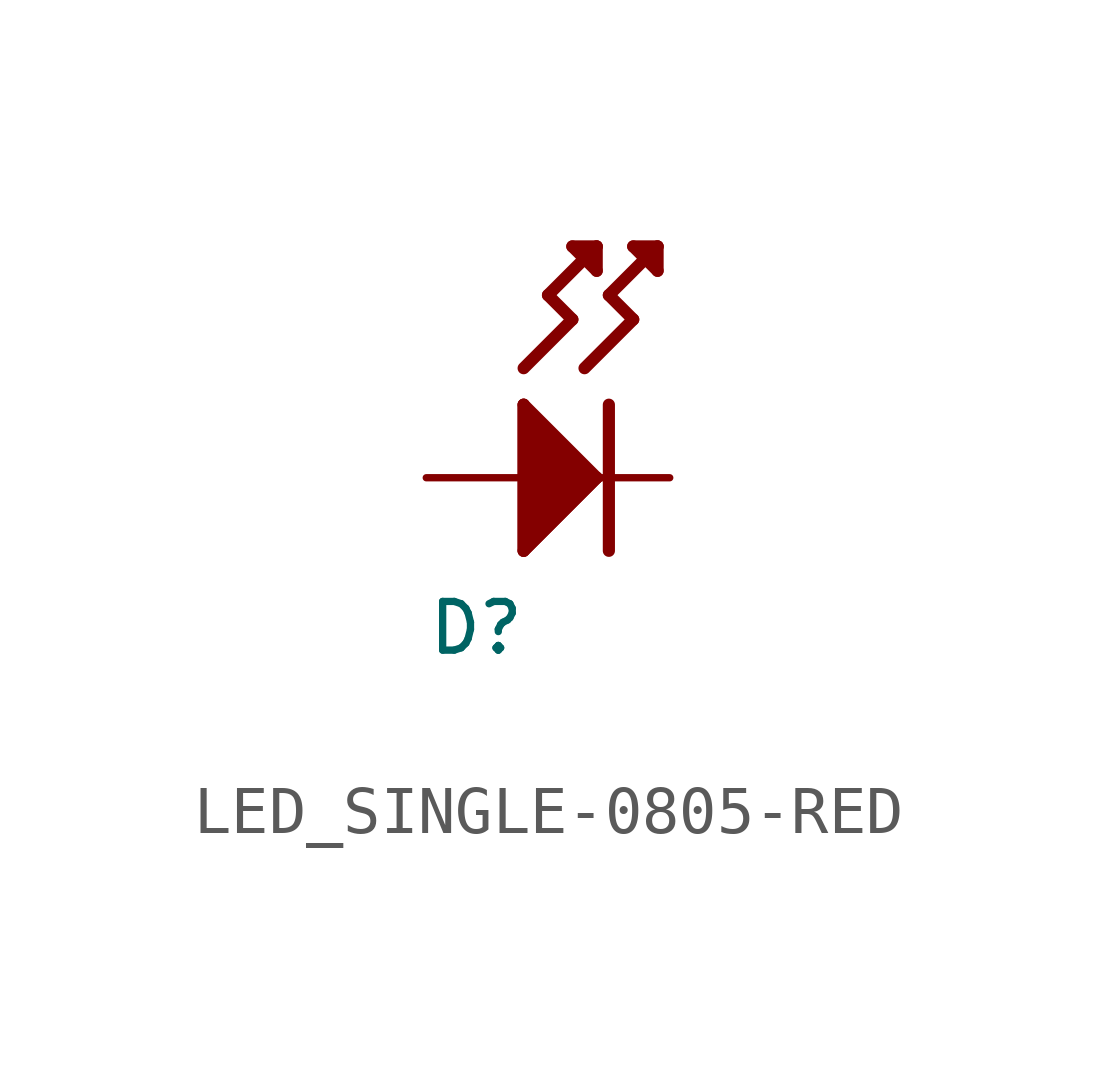
<source format=kicad_sym>
(kicad_symbol_lib
  (version 20241209)
  (generator "kicad_symbol_editor")
  (generator_version "9.0")
  (symbol "LED_SINGLE-0805-RED"
    (property "Reference" "D"
      (at -2.54 -2.54 0)
      (effects (font (size 1.016 1.016)) (justify left top)))
    (property "Value" ""
      (at -2.54 -5.08 0)
      (effects (font (size 1.016 1.016)) (justify left bottom)))
    (property "ki_locked" ""
      (at 0 0 0)
      (effects (font (size 1.27 1.27))))
    (symbol "LED_SINGLE-0805-RED_1_0"
      (polyline (pts (xy -0.508 2.286) (xy 0.508 3.302)) (stroke (width 0.254) (type solid)) (fill (type none)))
      (polyline (pts (xy -0.508 1.524) (xy 1.016 0)) (stroke (width 0.254) (type solid)) (fill (type none)))
      (polyline (pts (xy -0.508 1.524) (xy -0.508 -1.524) (xy 1.016 0)) (stroke (width 0.254) (type solid)) (fill (type outline)))
      (polyline (pts (xy -0.508 -1.524) (xy -0.508 1.524)) (stroke (width 0.254) (type solid)) (fill (type none)))
      (polyline (pts (xy 0 3.81) (xy 1.016 4.826)) (stroke (width 0.254) (type solid)) (fill (type none)))
      (polyline (pts (xy 0.508 4.826) (xy 1.016 4.318)) (stroke (width 0.254) (type solid)) (fill (type none)))
      (polyline (pts (xy 0.508 3.302) (xy 0 3.81)) (stroke (width 0.254) (type solid)) (fill (type none)))
      (polyline (pts (xy 0.762 2.286) (xy 1.778 3.302)) (stroke (width 0.254) (type solid)) (fill (type none)))
      (polyline (pts (xy 1.016 4.826) (xy 0.508 4.826)) (stroke (width 0.254) (type solid)) (fill (type none)))
      (polyline (pts (xy 1.016 4.318) (xy 1.016 4.826)) (stroke (width 0.254) (type solid)) (fill (type none)))
      (polyline (pts (xy 1.016 0) (xy -0.508 -1.524)) (stroke (width 0.254) (type solid)) (fill (type none)))
      (polyline (pts (xy 1.27 3.81) (xy 2.286 4.826)) (stroke (width 0.254) (type solid)) (fill (type none)))
      (polyline (pts (xy 1.27 1.524) (xy 1.27 -1.524)) (stroke (width 0.254) (type solid)) (fill (type none)))
      (polyline (pts (xy 1.778 4.826) (xy 2.286 4.318)) (stroke (width 0.254) (type solid)) (fill (type none)))
      (polyline (pts (xy 1.778 3.302) (xy 1.27 3.81)) (stroke (width 0.254) (type solid)) (fill (type none)))
      (polyline (pts (xy 2.286 4.826) (xy 1.778 4.826)) (stroke (width 0.254) (type solid)) (fill (type none)))
      (polyline (pts (xy 2.286 4.318) (xy 2.286 4.826)) (stroke (width 0.254) (type solid)) (fill (type none)))
      (pin power_in line (at -2.54 0 0) (length 2.54) (name "ANODE" (effects (font (size 0 0)))) (number "ANODE" (effects (font (size 0 0)))))
      (pin power_in line (at 2.54 0 180) (length 2.54) (name "CATHODE" (effects (font (size 0 0)))) (number "CATHODE" (effects (font (size 0 0))))))))
</source>
